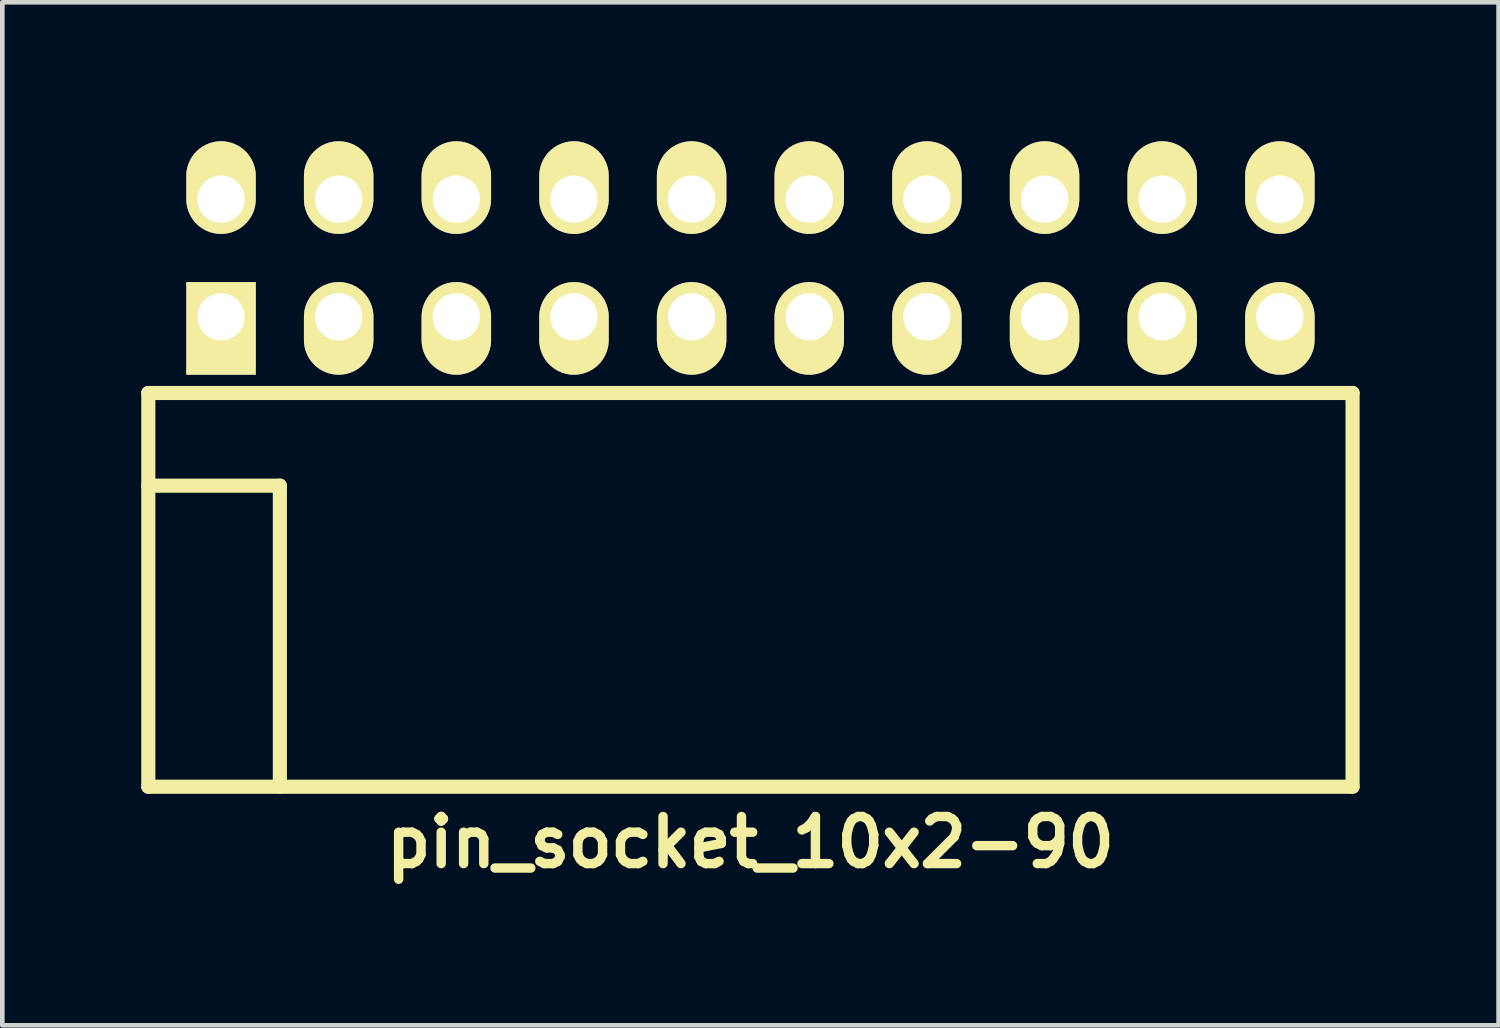
<source format=kicad_pcb>
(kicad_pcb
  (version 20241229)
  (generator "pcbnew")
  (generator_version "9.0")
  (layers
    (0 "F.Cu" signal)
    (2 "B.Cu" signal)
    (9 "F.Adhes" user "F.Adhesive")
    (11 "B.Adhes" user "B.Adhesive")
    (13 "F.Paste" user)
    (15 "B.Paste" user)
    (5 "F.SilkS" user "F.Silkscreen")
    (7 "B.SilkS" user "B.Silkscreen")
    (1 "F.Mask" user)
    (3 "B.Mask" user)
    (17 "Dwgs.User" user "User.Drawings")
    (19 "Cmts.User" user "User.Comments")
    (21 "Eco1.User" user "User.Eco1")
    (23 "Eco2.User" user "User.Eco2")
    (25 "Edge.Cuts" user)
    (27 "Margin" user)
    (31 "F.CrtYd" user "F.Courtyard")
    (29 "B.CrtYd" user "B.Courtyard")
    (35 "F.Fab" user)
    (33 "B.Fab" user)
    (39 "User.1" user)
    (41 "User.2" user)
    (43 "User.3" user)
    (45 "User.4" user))
  (footprint "pin_socket_10x2-90"
    (layer "F.Cu")
    (at 13.152 7.435)
    (property "Reference" "pin_socket_10x2-90" (at 0 7.7 0) (layer "F.SilkS") (effects (font (size 1.016 1.016) (thickness 0.203))))
    (attr through_hole)
    (fp_line (start -13 -2) (end -13 6.5) (stroke (width 0.305) (type solid)) (layer "F.SilkS"))
    (fp_line (start -13 -2) (end 13 -2) (stroke (width 0.305) (type solid)) (layer "F.SilkS"))
    (fp_line (start -13 0) (end -10.16 0) (stroke (width 0.305) (type solid)) (layer "F.SilkS"))
    (fp_line (start -13 6.5) (end 13 6.5) (stroke (width 0.305) (type solid)) (layer "F.SilkS"))
    (fp_line (start -10.16 0) (end -10.16 6.5) (stroke (width 0.305) (type solid)) (layer "F.SilkS"))
    (fp_line (start 13 -2) (end 13 6.5) (stroke (width 0.305) (type solid)) (layer "F.SilkS"))
    (pad "1" thru_hole rect (at -11.43 -3.645) (size 1.5 2) (drill 1.02 (offset 0 0.25)) (layers "*.Cu" "*.Mask" "F.SilkS"))
    (pad "2" thru_hole oval (at -11.43 -6.185) (size 1.5 2) (drill 1.02 (offset 0 -0.25)) (layers "*.Cu" "*.Mask" "F.SilkS"))
    (pad "3" thru_hole oval (at -8.89 -3.645) (size 1.5 2) (drill 1.02 (offset 0 0.25)) (layers "*.Cu" "*.Mask" "F.SilkS"))
    (pad "4" thru_hole oval (at -8.89 -6.185) (size 1.5 2) (drill 1.02 (offset 0 -0.25)) (layers "*.Cu" "*.Mask" "F.SilkS"))
    (pad "5" thru_hole oval (at -6.35 -3.645) (size 1.5 2) (drill 1.02 (offset 0 0.25)) (layers "*.Cu" "*.Mask" "F.SilkS"))
    (pad "6" thru_hole oval (at -6.35 -6.185) (size 1.5 2) (drill 1.02 (offset 0 -0.25)) (layers "*.Cu" "*.Mask" "F.SilkS"))
    (pad "7" thru_hole oval (at -3.81 -3.645) (size 1.5 2) (drill 1.02 (offset 0 0.25)) (layers "*.Cu" "*.Mask" "F.SilkS"))
    (pad "8" thru_hole oval (at -3.81 -6.185) (size 1.5 2) (drill 1.02 (offset 0 -0.25)) (layers "*.Cu" "*.Mask" "F.SilkS"))
    (pad "9" thru_hole oval (at -1.27 -3.645) (size 1.5 2) (drill 1.02 (offset 0 0.25)) (layers "*.Cu" "*.Mask" "F.SilkS"))
    (pad "10" thru_hole oval (at -1.27 -6.185) (size 1.5 2) (drill 1.02 (offset 0 -0.25)) (layers "*.Cu" "*.Mask" "F.SilkS"))
    (pad "11" thru_hole oval (at 1.27 -3.645) (size 1.5 2) (drill 1.02 (offset 0 0.25)) (layers "*.Cu" "*.Mask" "F.SilkS"))
    (pad "12" thru_hole oval (at 1.27 -6.185) (size 1.5 2) (drill 1.02 (offset 0 -0.25)) (layers "*.Cu" "*.Mask" "F.SilkS"))
    (pad "13" thru_hole oval (at 3.81 -3.645) (size 1.5 2) (drill 1.02 (offset 0 0.25)) (layers "*.Cu" "*.Mask" "F.SilkS"))
    (pad "14" thru_hole oval (at 3.81 -6.185) (size 1.5 2) (drill 1.02 (offset 0 -0.25)) (layers "*.Cu" "*.Mask" "F.SilkS"))
    (pad "15" thru_hole oval (at 6.35 -3.645) (size 1.5 2) (drill 1.02 (offset 0 0.25)) (layers "*.Cu" "*.Mask" "F.SilkS"))
    (pad "16" thru_hole oval (at 6.35 -6.185) (size 1.5 2) (drill 1.02 (offset 0 -0.25)) (layers "*.Cu" "*.Mask" "F.SilkS"))
    (pad "17" thru_hole oval (at 8.89 -3.645) (size 1.5 2) (drill 1.02 (offset 0 0.25)) (layers "*.Cu" "*.Mask" "F.SilkS"))
    (pad "18" thru_hole oval (at 8.89 -6.185) (size 1.5 2) (drill 1.02 (offset 0 -0.25)) (layers "*.Cu" "*.Mask" "F.SilkS"))
    (pad "19" thru_hole oval (at 11.43 -3.645) (size 1.5 2) (drill 1.02 (offset 0 0.25)) (layers "*.Cu" "*.Mask" "F.SilkS"))
    (pad "20" thru_hole oval (at 11.43 -6.185) (size 1.5 2) (drill 1.02 (offset 0 -0.25)) (layers "*.Cu" "*.Mask" "F.SilkS")))
  (gr_rect
    (start -3 -3)
    (end 29.305 19.086)
    (stroke (width 0.1) (type default))
    (fill no)
    (layer "Edge.Cuts")))
</source>
